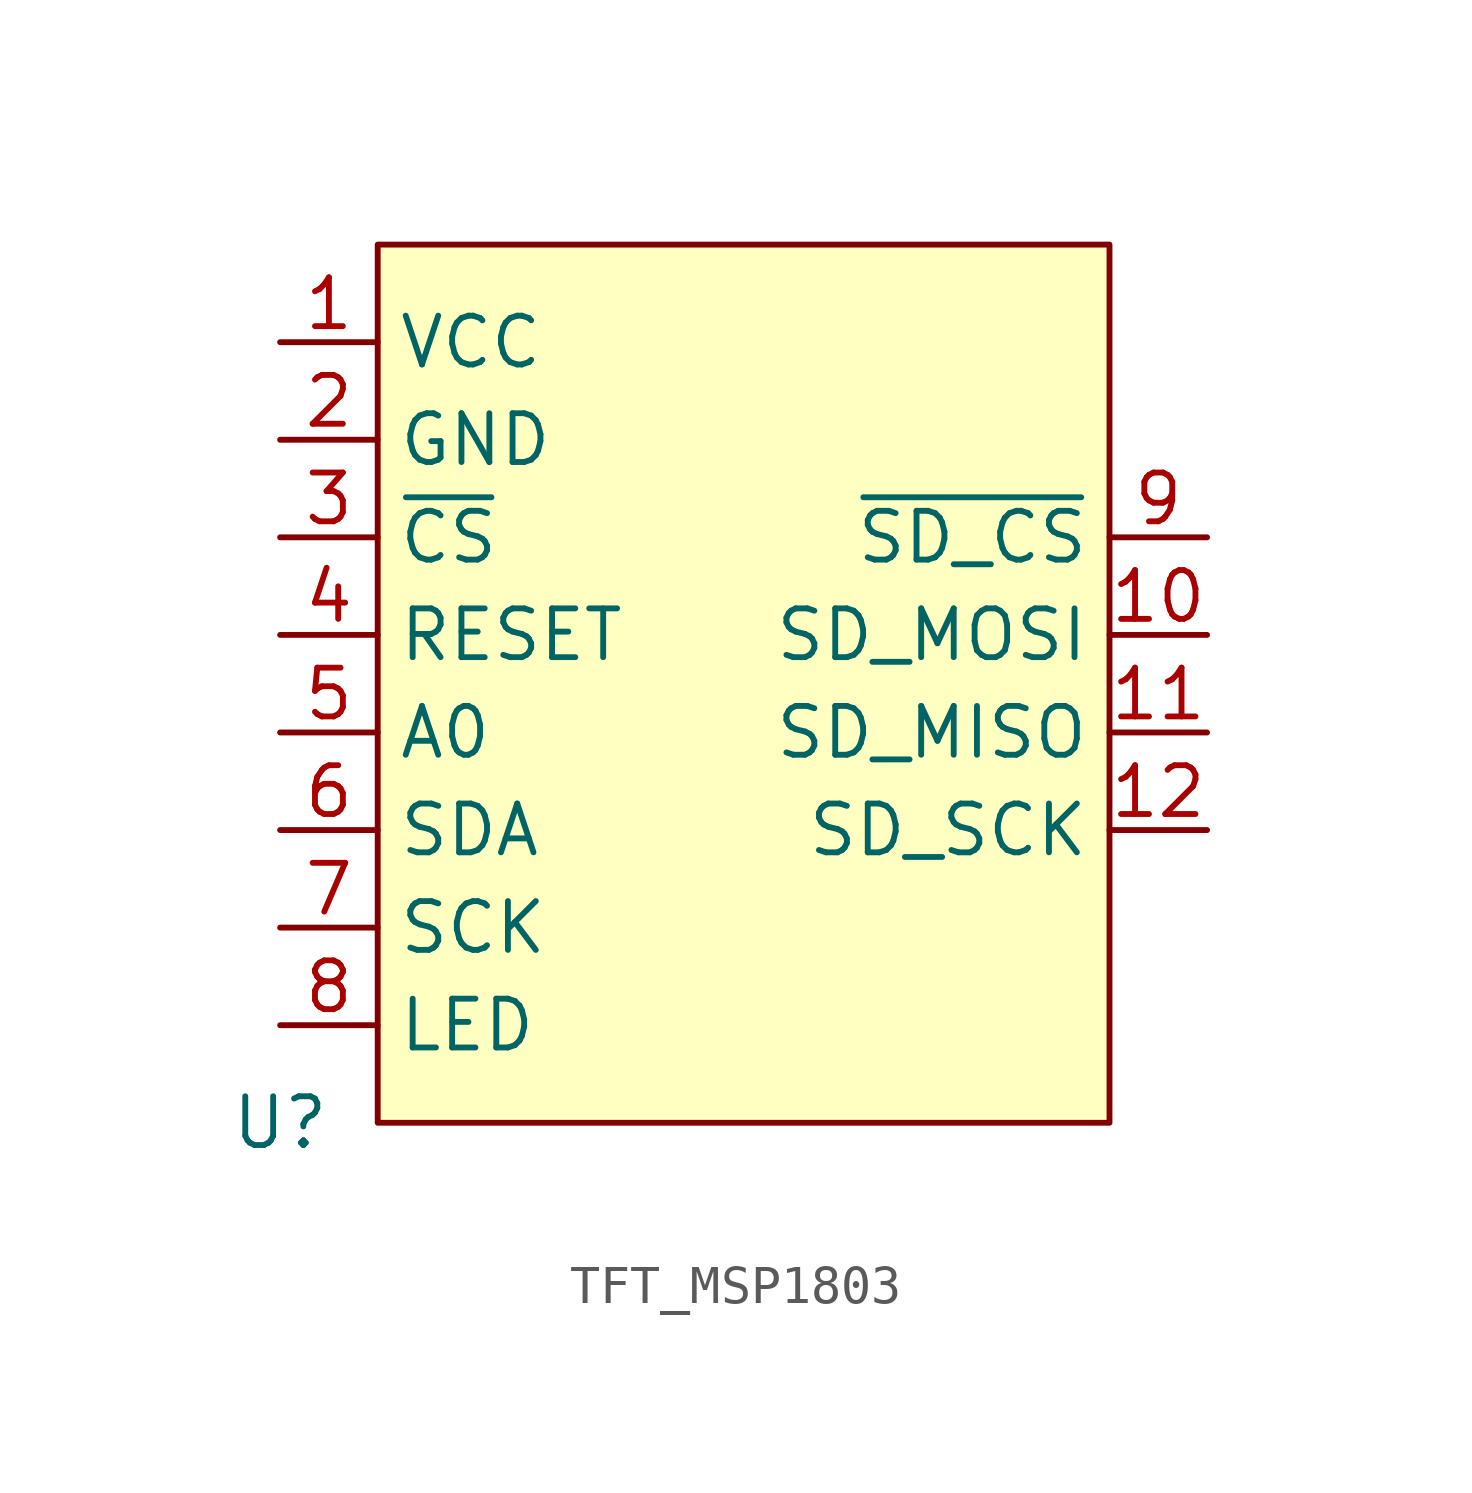
<source format=kicad_sym>
(kicad_symbol_lib
  (version 20231120)
  (generator "kicad_symbol_editor")
  (generator_version "8.0")
  (symbol "TFT_MSP1803"
    (property "Reference" "U"
      (at 0 0 0)
      (effects (font (size 1.27 1.27))))
    (property "Value" ""
      (at 0 0 0)
      (effects (font (size 1.27 1.27))))
    (symbol "TFT_MSP1803_0_1"
      (rectangle (start 2.54 22.86) (end 21.59 0) (stroke (width 0) (type default)) (fill (type background))))
    (symbol "TFT_MSP1803_1_1"
      (pin input line (at 0 20.32 0) (length 2.54) (name "VCC" (effects (font (size 1.27 1.27)))) (number "1" (effects (font (size 1.27 1.27)))))
      (pin input line (at 24.13 12.7 180) (length 2.54) (name "SD_MOSI" (effects (font (size 1.27 1.27)))) (number "10" (effects (font (size 1.27 1.27)))))
      (pin input line (at 24.13 10.16 180) (length 2.54) (name "SD_MISO" (effects (font (size 1.27 1.27)))) (number "11" (effects (font (size 1.27 1.27)))))
      (pin input line (at 24.13 7.62 180) (length 2.54) (name "SD_SCK" (effects (font (size 1.27 1.27)))) (number "12" (effects (font (size 1.27 1.27)))))
      (pin power_in line (at 0 17.78 0) (length 2.54) (name "GND" (effects (font (size 1.27 1.27)))) (number "2" (effects (font (size 1.27 1.27)))))
      (pin input line (at 0 15.24 0) (length 2.54) (name "~{CS}" (effects (font (size 1.27 1.27)))) (number "3" (effects (font (size 1.27 1.27)))))
      (pin input line (at 0 12.7 0) (length 2.54) (name "RESET" (effects (font (size 1.27 1.27)))) (number "4" (effects (font (size 1.27 1.27)))))
      (pin input line (at 0 10.16 0) (length 2.54) (name "A0" (effects (font (size 1.27 1.27)))) (number "5" (effects (font (size 1.27 1.27)))))
      (pin input line (at 0 7.62 0) (length 2.54) (name "SDA" (effects (font (size 1.27 1.27)))) (number "6" (effects (font (size 1.27 1.27)))))
      (pin input line (at 0 5.08 0) (length 2.54) (name "SCK" (effects (font (size 1.27 1.27)))) (number "7" (effects (font (size 1.27 1.27)))))
      (pin input line (at 0 2.54 0) (length 2.54) (name "LED" (effects (font (size 1.27 1.27)))) (number "8" (effects (font (size 1.27 1.27)))))
      (pin input line (at 24.13 15.24 180) (length 2.54) (name "~{SD_CS}" (effects (font (size 1.27 1.27)))) (number "9" (effects (font (size 1.27 1.27))))))))
</source>
